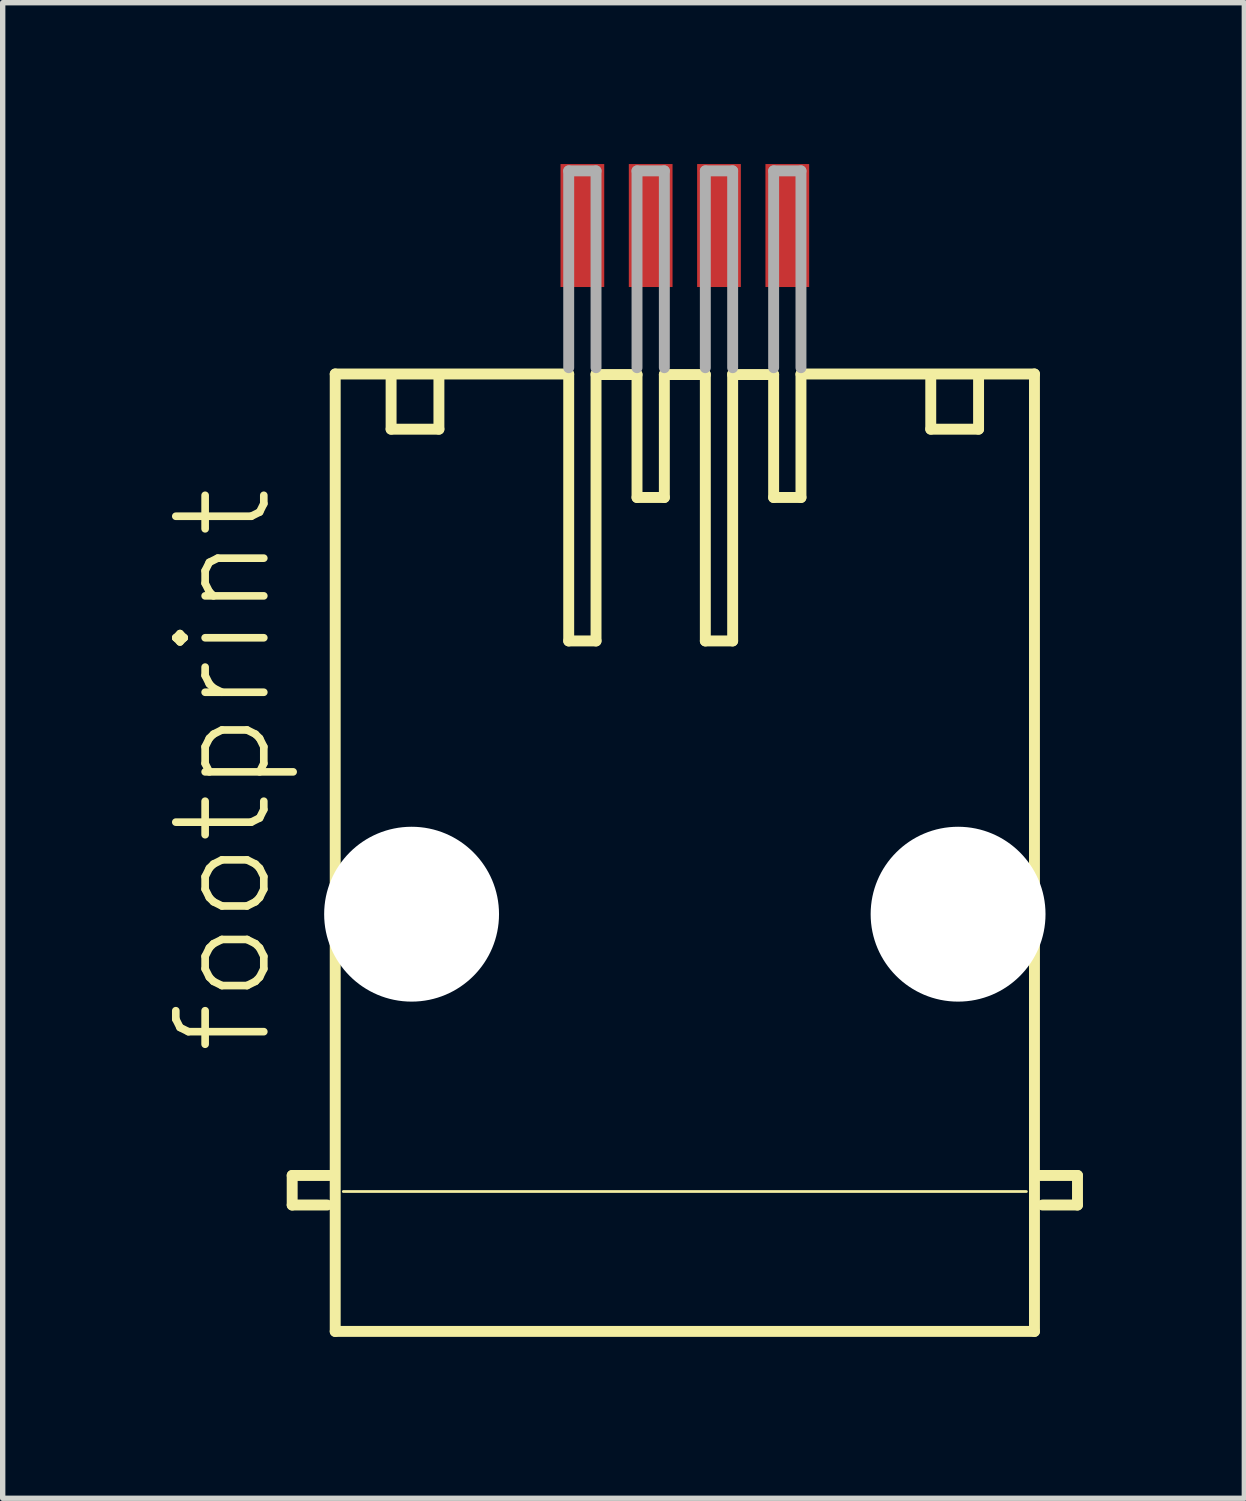
<source format=kicad_pcb>
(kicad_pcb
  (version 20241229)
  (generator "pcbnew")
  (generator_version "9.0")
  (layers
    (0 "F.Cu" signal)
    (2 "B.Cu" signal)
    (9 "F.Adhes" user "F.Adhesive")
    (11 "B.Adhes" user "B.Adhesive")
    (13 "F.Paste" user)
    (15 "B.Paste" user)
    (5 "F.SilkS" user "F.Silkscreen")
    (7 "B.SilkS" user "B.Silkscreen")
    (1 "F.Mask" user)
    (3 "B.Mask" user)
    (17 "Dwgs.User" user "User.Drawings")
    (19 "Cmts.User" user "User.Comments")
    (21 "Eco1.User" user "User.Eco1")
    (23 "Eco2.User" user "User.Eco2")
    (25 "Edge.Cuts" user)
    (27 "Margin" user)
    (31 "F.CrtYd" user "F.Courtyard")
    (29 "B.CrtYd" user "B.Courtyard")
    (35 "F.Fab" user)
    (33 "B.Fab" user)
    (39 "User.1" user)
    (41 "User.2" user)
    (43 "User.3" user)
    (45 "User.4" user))
  (footprint "footprint"
    (layer "F.Cu")
    (at 9.682 13.946)
    (property "Reference" "footprint" (at -7.62 2.667 90) (layer "F.SilkS") (effects (font (size 1.636 1.636) (thickness 0.142)) (justify left bottom)))
    (fp_line (start -7.3 4.857) (end -6.6 4.857) (stroke (width 0.203) (type solid)) (layer "F.SilkS"))
    (fp_line (start -7.3 5.407) (end -7.3 4.857) (stroke (width 0.203) (type solid)) (layer "F.SilkS"))
    (fp_line (start -6.65 5.407) (end -7.3 5.407) (stroke (width 0.203) (type solid)) (layer "F.SilkS"))
    (fp_line (start -6.5 -10.043) (end -2.159 -10.043) (stroke (width 0.203) (type solid)) (layer "F.SilkS"))
    (fp_line (start -6.5 7.757) (end -6.5 -10.043) (stroke (width 0.203) (type solid)) (layer "F.SilkS"))
    (fp_line (start -6.35 5.156) (end 6.35 5.156) (stroke (width 0.051) (type solid)) (layer "F.SilkS"))
    (fp_line (start -5.461 -10.033) (end -5.461 -9.017) (stroke (width 0.203) (type solid)) (layer "F.SilkS"))
    (fp_line (start -5.461 -9.017) (end -4.572 -9.017) (stroke (width 0.203) (type solid)) (layer "F.SilkS"))
    (fp_line (start -4.572 -9.017) (end -4.572 -10.033) (stroke (width 0.203) (type solid)) (layer "F.SilkS"))
    (fp_line (start -2.159 -5.08) (end -2.159 -10.033) (stroke (width 0.203) (type solid)) (layer "F.SilkS"))
    (fp_line (start -1.651 -5.08) (end -2.159 -5.08) (stroke (width 0.203) (type solid)) (layer "F.SilkS"))
    (fp_line (start -1.651 -5.08) (end -1.651 -10.043) (stroke (width 0.203) (type solid)) (layer "F.SilkS"))
    (fp_line (start -0.889 -10.033) (end -1.651 -10.033) (stroke (width 0.203) (type solid)) (layer "F.SilkS"))
    (fp_line (start -0.889 -10.033) (end -0.889 -7.747) (stroke (width 0.203) (type solid)) (layer "F.SilkS"))
    (fp_line (start -0.381 -10.033) (end -0.381 -7.747) (stroke (width 0.203) (type solid)) (layer "F.SilkS"))
    (fp_line (start -0.381 -7.747) (end -0.889 -7.747) (stroke (width 0.203) (type solid)) (layer "F.SilkS"))
    (fp_line (start 0.381 -10.033) (end -0.381 -10.033) (stroke (width 0.203) (type solid)) (layer "F.SilkS"))
    (fp_line (start 0.381 -5.08) (end 0.381 -10.033) (stroke (width 0.203) (type solid)) (layer "F.SilkS"))
    (fp_line (start 0.889 -5.08) (end 0.381 -5.08) (stroke (width 0.203) (type solid)) (layer "F.SilkS"))
    (fp_line (start 0.889 -5.08) (end 0.889 -10.043) (stroke (width 0.203) (type solid)) (layer "F.SilkS"))
    (fp_line (start 1.651 -10.033) (end 0.889 -10.033) (stroke (width 0.203) (type solid)) (layer "F.SilkS"))
    (fp_line (start 1.651 -10.033) (end 1.651 -7.747) (stroke (width 0.203) (type solid)) (layer "F.SilkS"))
    (fp_line (start 2.159 -10.043) (end 6.5 -10.043) (stroke (width 0.203) (type solid)) (layer "F.SilkS"))
    (fp_line (start 2.159 -10.033) (end 2.159 -7.747) (stroke (width 0.203) (type solid)) (layer "F.SilkS"))
    (fp_line (start 2.159 -7.747) (end 1.651 -7.747) (stroke (width 0.203) (type solid)) (layer "F.SilkS"))
    (fp_line (start 4.572 -9.017) (end 4.572 -10.033) (stroke (width 0.203) (type solid)) (layer "F.SilkS"))
    (fp_line (start 5.461 -10.033) (end 5.461 -9.017) (stroke (width 0.203) (type solid)) (layer "F.SilkS"))
    (fp_line (start 5.461 -9.017) (end 4.572 -9.017) (stroke (width 0.203) (type solid)) (layer "F.SilkS"))
    (fp_line (start 6.5 -10.043) (end 6.5 7.757) (stroke (width 0.203) (type solid)) (layer "F.SilkS"))
    (fp_line (start 6.5 7.757) (end -6.5 7.757) (stroke (width 0.203) (type solid)) (layer "F.SilkS"))
    (fp_line (start 6.65 5.407) (end 7.3 5.407) (stroke (width 0.203) (type solid)) (layer "F.SilkS"))
    (fp_line (start 7.3 4.857) (end 6.6 4.857) (stroke (width 0.203) (type solid)) (layer "F.SilkS"))
    (fp_line (start 7.3 5.407) (end 7.3 4.857) (stroke (width 0.203) (type solid)) (layer "F.SilkS"))
    (fp_line (start -2.159 -13.819) (end -1.651 -13.819) (stroke (width 0.203) (type solid)) (layer "F.Fab"))
    (fp_line (start -2.159 -10.16) (end -2.159 -13.819) (stroke (width 0.203) (type solid)) (layer "F.Fab"))
    (fp_line (start -1.651 -13.819) (end -1.651 -10.16) (stroke (width 0.203) (type solid)) (layer "F.Fab"))
    (fp_line (start -0.889 -13.819) (end -0.381 -13.819) (stroke (width 0.203) (type solid)) (layer "F.Fab"))
    (fp_line (start -0.889 -10.16) (end -0.889 -13.819) (stroke (width 0.203) (type solid)) (layer "F.Fab"))
    (fp_line (start -0.381 -13.819) (end -0.381 -10.16) (stroke (width 0.203) (type solid)) (layer "F.Fab"))
    (fp_line (start 0.381 -13.819) (end 0.889 -13.819) (stroke (width 0.203) (type solid)) (layer "F.Fab"))
    (fp_line (start 0.381 -10.16) (end 0.381 -13.819) (stroke (width 0.203) (type solid)) (layer "F.Fab"))
    (fp_line (start 0.889 -13.819) (end 0.889 -10.16) (stroke (width 0.203) (type solid)) (layer "F.Fab"))
    (fp_line (start 1.651 -13.819) (end 2.159 -13.819) (stroke (width 0.203) (type solid)) (layer "F.Fab"))
    (fp_line (start 1.651 -10.16) (end 1.651 -13.819) (stroke (width 0.203) (type solid)) (layer "F.Fab"))
    (fp_line (start 2.159 -13.819) (end 2.159 -10.16) (stroke (width 0.203) (type solid)) (layer "F.Fab"))
    (pad "" np_thru_hole circle (at -5.08 0) (size 3.251 3.251) (drill 3.251) (layers "*.Cu" "*.Mask"))
    (pad "" np_thru_hole circle (at 5.08 0) (size 3.251 3.251) (drill 3.251) (layers "*.Cu" "*.Mask"))
    (pad "1" smd rect (at -1.905 -12.803) (size 0.813 2.286) (layers "F.Cu" "F.Mask" "F.Paste"))
    (pad "2" smd rect (at -0.635 -12.803) (size 0.813 2.286) (layers "F.Cu" "F.Mask" "F.Paste"))
    (pad "3" smd rect (at 0.635 -12.803) (size 0.813 2.286) (layers "F.Cu" "F.Mask" "F.Paste"))
    (pad "4" smd rect (at 1.905 -12.803) (size 0.813 2.286) (layers "F.Cu" "F.Mask" "F.Paste")))
  (gr_rect
    (start -3 -3)
    (end 20.084 24.805)
    (stroke (width 0.1) (type default))
    (fill no)
    (layer "Edge.Cuts")))
</source>
